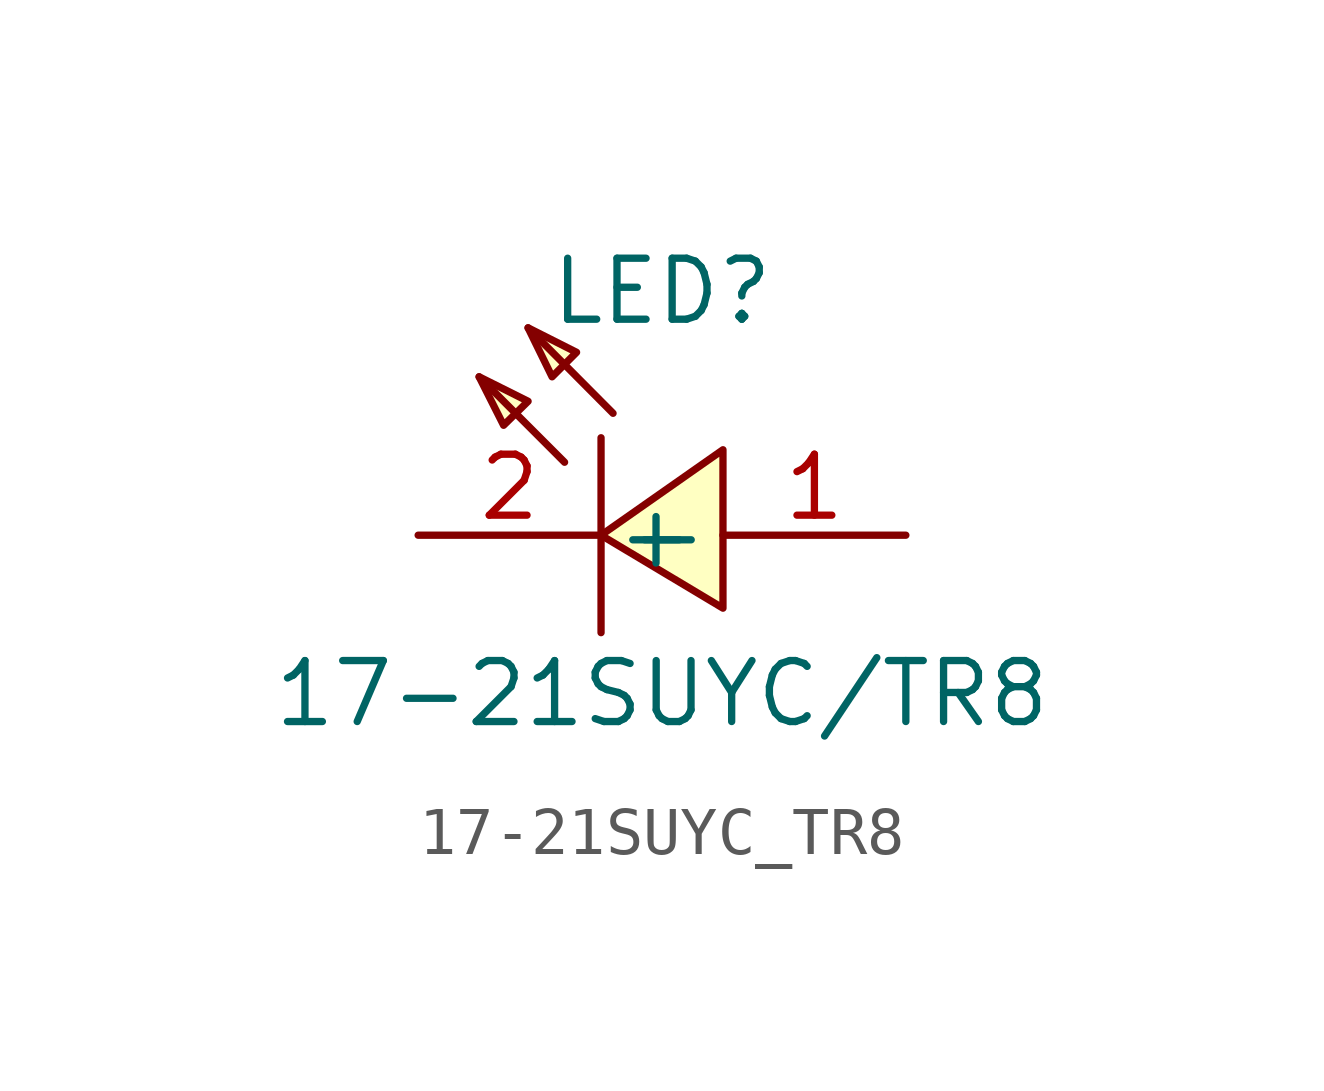
<source format=kicad_sym>
(kicad_symbol_lib
  (version 20231120)
  (generator "kicad_symbol_editor")
  (generator_version "8.0")
  (symbol "17-21SUYC_TR8"
    (property "Reference" "LED"
      (at 0 5.08 0)
      (effects (font (size 1.27 1.27))))
    (property "Value" "17-21SUYC/TR8"
      (at 0 -3.302 0)
      (effects (font (size 1.27 1.27))))
    (symbol "17-21SUYC_TR8_0_1"
      (polyline (pts (xy -2.03 1.52) (xy -3.81 3.3)) (stroke (width 0) (type default)) (fill (type none)))
      (polyline (pts (xy -1.27 2.03) (xy -1.27 -2.03)) (stroke (width 0) (type default)) (fill (type none)))
      (polyline (pts (xy -1.02 2.54) (xy -2.79 4.32)) (stroke (width 0) (type default)) (fill (type none)))
      (polyline (pts (xy -3.81 3.3) (xy -2.79 2.79) (xy -3.3 2.29) (xy -3.81 3.3)) (stroke (width 0) (type default)) (fill (type background)))
      (polyline (pts (xy -2.79 4.32) (xy -1.78 3.81) (xy -2.29 3.3) (xy -2.79 4.32)) (stroke (width 0) (type default)) (fill (type background)))
      (polyline (pts (xy 1.27 -1.52) (xy -1.27 0) (xy 1.27 1.78) (xy 1.27 -1.52)) (stroke (width 0) (type default)) (fill (type background)))
      (pin passive line (at 5.08 0 180) (length 3.81) (name "+" (effects (font (size 1.27 1.27)))) (number "1" (effects (font (size 1.27 1.27)))))
      (pin passive line (at -5.08 0 0) (length 3.81) (name "-" (effects (font (size 1.27 1.27)))) (number "2" (effects (font (size 1.27 1.27))))))))
</source>
